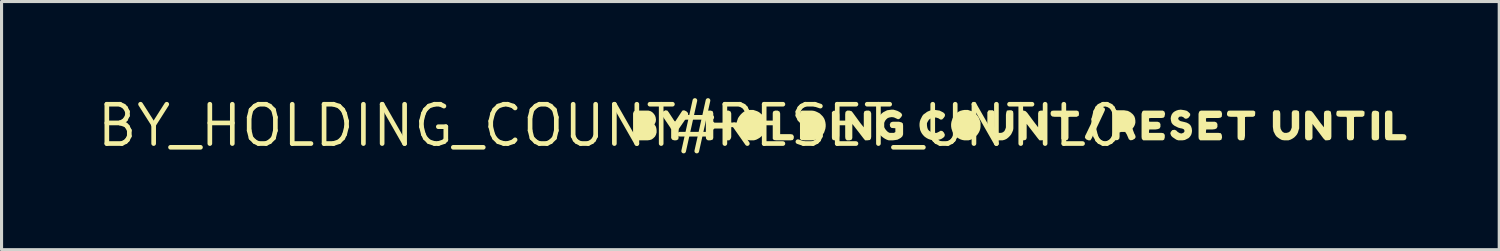
<source format=kicad_pcb>
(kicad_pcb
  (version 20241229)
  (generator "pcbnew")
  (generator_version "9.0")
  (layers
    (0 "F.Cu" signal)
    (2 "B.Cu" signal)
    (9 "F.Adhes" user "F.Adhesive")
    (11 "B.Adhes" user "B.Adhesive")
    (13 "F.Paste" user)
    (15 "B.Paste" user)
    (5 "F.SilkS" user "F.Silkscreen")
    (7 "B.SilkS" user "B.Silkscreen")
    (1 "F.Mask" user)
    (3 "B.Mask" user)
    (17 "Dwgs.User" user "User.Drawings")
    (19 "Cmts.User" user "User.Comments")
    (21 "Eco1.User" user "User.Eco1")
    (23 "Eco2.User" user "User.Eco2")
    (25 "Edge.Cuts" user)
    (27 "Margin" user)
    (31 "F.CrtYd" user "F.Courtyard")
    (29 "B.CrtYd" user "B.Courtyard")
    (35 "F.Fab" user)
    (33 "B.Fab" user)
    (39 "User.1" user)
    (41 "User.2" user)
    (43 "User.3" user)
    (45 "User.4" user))
  (footprint "BY_HOLDING_COUNT#RESET_UNTIL0"
    (layer "F.Cu")
    (at 16.668 1.006)
    (property "Reference" "BY_HOLDING_COUNT#RESET_UNTIL0" (at 0 0 0) (layer "F.SilkS") (effects (font (size 1.27 1.27) (thickness 0.15))))
    (fp_poly (pts (xy 24.783 -0.464) (xy 24.815 -0.422) (xy 24.815 0.401) (xy 24.794 0.454) (xy 24.731 0.475) (xy 24.639 0.475) (xy 24.585 0.443) (xy 24.575 0.38) (xy 24.575 -0.37) (xy 24.585 -0.432) (xy 24.617 -0.475) (xy 24.7 -0.485)) (stroke (width 0) (type solid)) (fill yes) (layer "F.SilkS"))
    (fp_poly (pts (xy 7.343 -0.464) (xy 7.375 -0.422) (xy 7.385 -0.35) (xy 7.385 0.32) (xy 7.375 0.401) (xy 7.354 0.454) (xy 7.301 0.475) (xy 7.209 0.475) (xy 7.155 0.443) (xy 7.145 0.38) (xy 7.145 -0.432) (xy 7.188 -0.475) (xy 7.27 -0.485)) (stroke (width 0) (type solid)) (fill yes) (layer "F.SilkS"))
    (fp_poly (pts (xy 15.892 -0.605) (xy 15.954 -0.563) (xy 15.965 -0.509) (xy 15.935 -0.438) (xy 15.534 0.412) (xy 15.493 0.475) (xy 15.429 0.475) (xy 15.357 0.444) (xy 15.315 0.391) (xy 15.325 0.328) (xy 15.356 0.268) (xy 15.736 -0.522) (xy 15.776 -0.593) (xy 15.819 -0.625)) (stroke (width 0) (type solid)) (fill yes) (layer "F.SilkS"))
    (fp_poly (pts (xy 5.454 -0.454) (xy 5.475 -0.391) (xy 5.475 0.275) (xy 5.8 0.275) (xy 5.873 0.285) (xy 5.915 0.338) (xy 5.915 0.411) (xy 5.883 0.465) (xy 5.82 0.475) (xy 5.34 0.475) (xy 5.267 0.465) (xy 5.235 0.422) (xy 5.235 -0.4) (xy 5.246 -0.453) (xy 5.309 -0.485) (xy 5.391 -0.485)) (stroke (width 0) (type solid)) (fill yes) (layer "F.SilkS"))
    (fp_poly (pts (xy 25.235 -0.453) (xy 25.245 -0.39) (xy 25.245 0.275) (xy 25.58 0.275) (xy 25.653 0.285) (xy 25.695 0.338) (xy 25.695 0.411) (xy 25.663 0.465) (xy 25.6 0.475) (xy 25.12 0.475) (xy 25.047 0.465) (xy 25.015 0.422) (xy 25.005 0.35) (xy 25.005 -0.401) (xy 25.026 -0.453) (xy 25.079 -0.485) (xy 25.171 -0.485)) (stroke (width 0) (type solid)) (fill yes) (layer "F.SilkS"))
    (fp_poly (pts (xy 15.115 -0.453) (xy 15.125 -0.38) (xy 15.115 -0.317) (xy 15.051 -0.285) (xy 14.84 -0.285) (xy 14.785 -0.276) (xy 14.785 0.401) (xy 14.753 0.465) (xy 14.69 0.475) (xy 14.608 0.475) (xy 14.555 0.432) (xy 14.555 -0.248) (xy 14.527 -0.285) (xy 14.33 -0.285) (xy 14.258 -0.295) (xy 14.215 -0.338) (xy 14.205 -0.411) (xy 14.237 -0.475) (xy 14.31 -0.485) (xy 15.061 -0.485)) (stroke (width 0) (type solid)) (fill yes) (layer "F.SilkS"))
    (fp_poly (pts (xy 24.345 -0.453) (xy 24.345 -0.38) (xy 24.335 -0.317) (xy 24.281 -0.285) (xy 24.07 -0.285) (xy 24.005 -0.276) (xy 24.005 0.401) (xy 23.973 0.465) (xy 23.91 0.475) (xy 23.838 0.475) (xy 23.785 0.433) (xy 23.775 0.37) (xy 23.775 -0.249) (xy 23.757 -0.285) (xy 23.55 -0.285) (xy 23.478 -0.295) (xy 23.435 -0.338) (xy 23.435 -0.411) (xy 23.456 -0.475) (xy 23.53 -0.485) (xy 24.281 -0.485)) (stroke (width 0) (type solid)) (fill yes) (layer "F.SilkS"))
    (fp_poly (pts (xy 20.815 -0.453) (xy 20.815 -0.38) (xy 20.805 -0.317) (xy 20.751 -0.285) (xy 20.54 -0.285) (xy 20.485 -0.276) (xy 20.485 0.33) (xy 20.475 0.401) (xy 20.454 0.465) (xy 20.38 0.475) (xy 20.308 0.475) (xy 20.255 0.433) (xy 20.245 0.37) (xy 20.245 -0.249) (xy 20.227 -0.285) (xy 20.02 -0.285) (xy 19.948 -0.295) (xy 19.905 -0.338) (xy 19.905 -0.411) (xy 19.937 -0.475) (xy 20 -0.485) (xy 20.761 -0.485)) (stroke (width 0) (type solid)) (fill yes) (layer "F.SilkS"))
    (fp_poly (pts (xy 1.833 -0.485) (xy 1.874 -0.433) (xy 2.063 -0.144) (xy 2.088 -0.136) (xy 2.276 -0.423) (xy 2.317 -0.484) (xy 2.371 -0.495) (xy 2.443 -0.464) (xy 2.495 -0.412) (xy 2.505 -0.359) (xy 2.474 -0.288) (xy 2.205 0.102) (xy 2.195 0.17) (xy 2.195 0.38) (xy 2.185 0.443) (xy 2.121 0.475) (xy 2.049 0.475) (xy 1.987 0.454) (xy 1.955 0.401) (xy 1.955 0.121) (xy 1.926 0.063) (xy 1.696 -0.277) (xy 1.655 -0.338) (xy 1.655 -0.402) (xy 1.697 -0.454) (xy 1.769 -0.495)) (stroke (width 0) (type solid)) (fill yes) (layer "F.SilkS"))
    (fp_poly (pts (xy 1.292 -0.465) (xy 1.343 -0.434) (xy 1.394 -0.383) (xy 1.435 -0.322) (xy 1.455 -0.261) (xy 1.465 -0.19) (xy 1.455 -0.118) (xy 1.425 -0.058) (xy 1.416 -0.031) (xy 1.454 0.018) (xy 1.475 0.079) (xy 1.485 0.15) (xy 1.485 0.221) (xy 1.465 0.292) (xy 1.434 0.353) (xy 1.383 0.404) (xy 1.332 0.444) (xy 1.271 0.465) (xy 1.2 0.475) (xy 0.86 0.475) (xy 0.778 0.465) (xy 0.735 0.433) (xy 0.725 0.36) (xy 0.725 -0.391) (xy 0.746 -0.453) (xy 0.799 -0.485) (xy 1.221 -0.485)) (stroke (width 0) (type solid)) (fill yes) (layer "F.SilkS"))
    (fp_poly (pts (xy 7.783 -0.464) (xy 7.824 -0.413) (xy 8.064 -0.083) (xy 8.175 0.056) (xy 8.175 -0.401) (xy 8.196 -0.464) (xy 8.259 -0.485) (xy 8.341 -0.485) (xy 8.394 -0.453) (xy 8.415 -0.391) (xy 8.415 0.36) (xy 8.405 0.422) (xy 8.373 0.465) (xy 8.29 0.475) (xy 8.218 0.475) (xy 8.166 0.413) (xy 7.805 -0.055) (xy 7.805 0.401) (xy 7.784 0.454) (xy 7.721 0.475) (xy 7.628 0.475) (xy 7.585 0.432) (xy 7.575 0.37) (xy 7.575 -0.37) (xy 7.585 -0.443) (xy 7.638 -0.485) (xy 7.711 -0.485)) (stroke (width 0) (type solid)) (fill yes) (layer "F.SilkS"))
    (fp_poly (pts (xy 13.403 -0.464) (xy 13.454 -0.413) (xy 13.654 -0.143) (xy 13.805 0.055) (xy 13.805 -0.401) (xy 13.826 -0.464) (xy 13.889 -0.485) (xy 13.971 -0.485) (xy 14.024 -0.453) (xy 14.045 -0.391) (xy 14.045 0.36) (xy 14.035 0.422) (xy 14.003 0.465) (xy 13.92 0.475) (xy 13.848 0.475) (xy 13.796 0.413) (xy 13.435 -0.055) (xy 13.435 0.401) (xy 13.414 0.454) (xy 13.351 0.475) (xy 13.258 0.475) (xy 13.215 0.432) (xy 13.205 0.37) (xy 13.205 -0.37) (xy 13.215 -0.443) (xy 13.268 -0.485) (xy 13.341 -0.485)) (stroke (width 0) (type solid)) (fill yes) (layer "F.SilkS"))
    (fp_poly (pts (xy 22.633 -0.464) (xy 22.684 -0.413) (xy 22.924 -0.083) (xy 23.035 0.056) (xy 23.035 -0.401) (xy 23.056 -0.464) (xy 23.119 -0.485) (xy 23.191 -0.485) (xy 23.255 -0.453) (xy 23.265 -0.391) (xy 23.275 -0.32) (xy 23.275 0.36) (xy 23.265 0.422) (xy 23.222 0.465) (xy 23.14 0.475) (xy 23.078 0.475) (xy 23.016 0.413) (xy 22.665 -0.055) (xy 22.665 0.401) (xy 22.633 0.454) (xy 22.571 0.475) (xy 22.488 0.475) (xy 22.435 0.433) (xy 22.425 0.37) (xy 22.425 -0.37) (xy 22.435 -0.443) (xy 22.488 -0.485) (xy 22.571 -0.485)) (stroke (width 0) (type solid)) (fill yes) (layer "F.SilkS"))
    (fp_poly (pts (xy 6.571 -0.475) (xy 6.632 -0.455) (xy 6.753 -0.394) (xy 6.804 -0.344) (xy 6.854 -0.293) (xy 6.894 -0.232) (xy 6.915 -0.182) (xy 6.935 -0.111) (xy 6.945 -0.04) (xy 6.945 0.03) (xy 6.935 0.101) (xy 6.915 0.162) (xy 6.895 0.222) (xy 6.854 0.283) (xy 6.814 0.334) (xy 6.753 0.384) (xy 6.702 0.414) (xy 6.646 0.442) (xy 6.647 0.443) (xy 6.642 0.445) (xy 6.637 0.447) (xy 6.637 0.446) (xy 6.581 0.465) (xy 6.51 0.475) (xy 6.24 0.475) (xy 6.158 0.465) (xy 6.115 0.432) (xy 6.115 -0.39) (xy 6.125 -0.453) (xy 6.179 -0.485) (xy 6.5 -0.485)) (stroke (width 0) (type solid)) (fill yes) (layer "F.SilkS"))
    (fp_poly (pts (xy 3.294 -0.464) (xy 3.315 -0.401) (xy 3.315 -0.132) (xy 3.352 -0.095) (xy 3.618 -0.095) (xy 3.655 -0.122) (xy 3.655 -0.401) (xy 3.676 -0.464) (xy 3.739 -0.485) (xy 3.811 -0.485) (xy 3.874 -0.454) (xy 3.895 -0.391) (xy 3.895 0.371) (xy 3.874 0.433) (xy 3.832 0.475) (xy 3.749 0.475) (xy 3.676 0.454) (xy 3.655 0.401) (xy 3.655 0.132) (xy 3.618 0.095) (xy 3.352 0.095) (xy 3.315 0.132) (xy 3.315 0.401) (xy 3.294 0.454) (xy 3.221 0.475) (xy 3.138 0.475) (xy 3.085 0.433) (xy 3.075 0.37) (xy 3.075 -0.38) (xy 3.085 -0.453) (xy 3.139 -0.485) (xy 3.231 -0.485)) (stroke (width 0) (type solid)) (fill yes) (layer "F.SilkS"))
    (fp_poly (pts (xy 17.884 -0.453) (xy 17.905 -0.38) (xy 17.885 -0.287) (xy 17.852 -0.255) (xy 17.78 -0.245) (xy 17.44 -0.245) (xy 17.385 -0.236) (xy 17.385 -0.17) (xy 17.394 -0.125) (xy 17.661 -0.125) (xy 17.723 -0.104) (xy 17.755 -0.051) (xy 17.755 0.041) (xy 17.723 0.094) (xy 17.661 0.115) (xy 17.59 0.125) (xy 17.394 0.125) (xy 17.385 0.18) (xy 17.385 0.235) (xy 17.79 0.235) (xy 17.853 0.245) (xy 17.895 0.298) (xy 17.895 0.381) (xy 17.874 0.453) (xy 17.831 0.475) (xy 17.198 0.475) (xy 17.155 0.432) (xy 17.145 0.37) (xy 17.145 -0.381) (xy 17.166 -0.453) (xy 17.208 -0.485) (xy 17.831 -0.485)) (stroke (width 0) (type solid)) (fill yes) (layer "F.SilkS"))
    (fp_poly (pts (xy 19.724 -0.453) (xy 19.745 -0.38) (xy 19.735 -0.287) (xy 19.692 -0.255) (xy 19.62 -0.245) (xy 19.28 -0.245) (xy 19.225 -0.236) (xy 19.225 -0.17) (xy 19.234 -0.125) (xy 19.511 -0.125) (xy 19.563 -0.104) (xy 19.595 -0.051) (xy 19.595 0.041) (xy 19.563 0.094) (xy 19.511 0.115) (xy 19.43 0.125) (xy 19.234 0.125) (xy 19.225 0.18) (xy 19.225 0.235) (xy 19.63 0.235) (xy 19.703 0.245) (xy 19.735 0.298) (xy 19.745 0.38) (xy 19.724 0.454) (xy 19.671 0.475) (xy 19.038 0.475) (xy 18.995 0.432) (xy 18.985 0.37) (xy 18.985 -0.381) (xy 19.006 -0.453) (xy 19.059 -0.485) (xy 19.671 -0.485)) (stroke (width 0) (type solid)) (fill yes) (layer "F.SilkS"))
    (fp_poly (pts (xy 16.641 -0.485) (xy 16.702 -0.475) (xy 16.763 -0.444) (xy 16.828 -0.401) (xy 16.78 -0.347) (xy 16.83 -0.397) (xy 16.874 -0.353) (xy 16.915 -0.292) (xy 16.935 -0.231) (xy 16.945 -0.16) (xy 16.945 -0.089) (xy 16.925 -0.018) (xy 16.894 0.043) (xy 16.855 0.091) (xy 16.865 0.139) (xy 16.914 0.268) (xy 16.935 0.298) (xy 16.955 0.371) (xy 16.924 0.424) (xy 16.852 0.465) (xy 16.789 0.475) (xy 16.736 0.443) (xy 16.666 0.282) (xy 16.617 0.205) (xy 16.481 0.205) (xy 16.435 0.223) (xy 16.435 0.36) (xy 16.425 0.422) (xy 16.382 0.465) (xy 16.3 0.475) (xy 16.227 0.454) (xy 16.195 0.401) (xy 16.195 -0.421) (xy 16.227 -0.474) (xy 16.299 -0.495) (xy 16.58 -0.495)) (stroke (width 0) (type solid)) (fill yes) (layer "F.SilkS"))
    (fp_poly (pts (xy 21.615 -0.452) (xy 21.625 -0.38) (xy 21.625 0.03) (xy 21.635 0.098) (xy 21.664 0.157) (xy 21.703 0.206) (xy 21.761 0.235) (xy 21.829 0.235) (xy 21.898 0.215) (xy 21.946 0.177) (xy 21.975 0.118) (xy 21.995 0.059) (xy 21.995 -0.421) (xy 22.027 -0.485) (xy 22.09 -0.495) (xy 22.161 -0.495) (xy 22.225 -0.463) (xy 22.235 -0.39) (xy 22.235 0.091) (xy 22.215 0.151) (xy 22.195 0.222) (xy 22.164 0.283) (xy 22.124 0.333) (xy 22.073 0.384) (xy 22.013 0.424) (xy 21.952 0.455) (xy 21.891 0.475) (xy 21.75 0.475) (xy 21.678 0.465) (xy 21.617 0.434) (xy 21.557 0.394) (xy 21.506 0.354) (xy 21.466 0.303) (xy 21.405 0.182) (xy 21.395 0.111) (xy 21.385 0.04) (xy 21.385 -0.432) (xy 21.427 -0.495) (xy 21.572 -0.495)) (stroke (width 0) (type solid)) (fill yes) (layer "F.SilkS"))
    (fp_poly (pts (xy 12.395 -0.453) (xy 12.405 -0.38) (xy 12.405 0.03) (xy 12.415 0.099) (xy 12.434 0.158) (xy 12.473 0.206) (xy 12.531 0.235) (xy 12.609 0.235) (xy 12.668 0.216) (xy 12.716 0.177) (xy 12.745 0.118) (xy 12.765 0.059) (xy 12.765 -0.35) (xy 12.775 -0.421) (xy 12.796 -0.485) (xy 12.87 -0.495) (xy 12.941 -0.495) (xy 12.995 -0.463) (xy 13.005 -0.39) (xy 13.005 0.09) (xy 12.995 0.151) (xy 12.965 0.222) (xy 12.934 0.283) (xy 12.894 0.333) (xy 12.843 0.384) (xy 12.793 0.424) (xy 12.732 0.455) (xy 12.661 0.475) (xy 12.52 0.475) (xy 12.458 0.465) (xy 12.397 0.434) (xy 12.337 0.394) (xy 12.286 0.354) (xy 12.246 0.303) (xy 12.205 0.242) (xy 12.185 0.181) (xy 12.165 0.111) (xy 12.165 -0.432) (xy 12.207 -0.495) (xy 12.342 -0.495)) (stroke (width 0) (type solid)) (fill yes) (layer "F.SilkS"))
    (fp_poly (pts (xy 4.672 -0.485) (xy 4.732 -0.465) (xy 4.793 -0.434) (xy 4.853 -0.384) (xy 4.904 -0.343) (xy 4.944 -0.283) (xy 4.975 -0.222) (xy 4.995 -0.162) (xy 5.015 -0.101) (xy 5.015 0.04) (xy 5.005 0.111) (xy 4.985 0.172) (xy 4.954 0.233) (xy 4.914 0.293) (xy 4.874 0.344) (xy 4.813 0.394) (xy 4.762 0.424) (xy 4.702 0.455) (xy 4.631 0.475) (xy 4.5 0.475) (xy 4.429 0.465) (xy 4.368 0.445) (xy 4.307 0.414) (xy 4.247 0.374) (xy 4.196 0.323) (xy 4.156 0.273) (xy 4.119 0.217) (xy 4.117 0.218) (xy 4.115 0.212) (xy 4.113 0.208) (xy 4.114 0.208) (xy 4.095 0.152) (xy 4.075 0.091) (xy 4.065 0.02) (xy 4.065 -0.05) (xy 4.075 -0.121) (xy 4.095 -0.182) (xy 4.115 -0.242) (xy 4.156 -0.303) (xy 4.196 -0.353) (xy 4.247 -0.404) (xy 4.297 -0.444) (xy 4.358 -0.475) (xy 4.429 -0.495) (xy 4.49 -0.505) (xy 4.611 -0.505)) (stroke (width 0) (type solid)) (fill yes) (layer "F.SilkS"))
    (fp_poly (pts (xy 11.602 -0.485) (xy 11.662 -0.465) (xy 11.723 -0.434) (xy 11.773 -0.384) (xy 11.824 -0.344) (xy 11.874 -0.283) (xy 11.905 -0.222) (xy 11.925 -0.162) (xy 11.945 -0.101) (xy 11.945 0.04) (xy 11.935 0.111) (xy 11.915 0.172) (xy 11.884 0.233) (xy 11.844 0.293) (xy 11.794 0.344) (xy 11.743 0.394) (xy 11.692 0.424) (xy 11.632 0.455) (xy 11.561 0.475) (xy 11.42 0.475) (xy 11.359 0.465) (xy 11.298 0.445) (xy 11.237 0.414) (xy 11.177 0.374) (xy 11.126 0.323) (xy 11.086 0.273) (xy 11.049 0.217) (xy 11.047 0.218) (xy 11.045 0.212) (xy 11.043 0.208) (xy 11.044 0.208) (xy 11.025 0.152) (xy 11.005 0.091) (xy 10.995 0.02) (xy 10.995 -0.05) (xy 11.005 -0.121) (xy 11.025 -0.182) (xy 11.045 -0.242) (xy 11.086 -0.303) (xy 11.126 -0.353) (xy 11.177 -0.404) (xy 11.227 -0.444) (xy 11.288 -0.475) (xy 11.359 -0.495) (xy 11.42 -0.505) (xy 11.541 -0.505)) (stroke (width 0) (type solid)) (fill yes) (layer "F.SilkS"))
    (fp_poly (pts (xy 10.551 -0.495) (xy 10.622 -0.485) (xy 10.743 -0.424) (xy 10.795 -0.372) (xy 10.795 -0.308) (xy 10.754 -0.247) (xy 10.702 -0.195) (xy 10.648 -0.195) (xy 10.588 -0.235) (xy 10.529 -0.255) (xy 10.46 -0.265) (xy 10.401 -0.255) (xy 10.332 -0.226) (xy 10.284 -0.196) (xy 10.244 -0.137) (xy 10.215 -0.079) (xy 10.215 -0.01) (xy 10.225 0.059) (xy 10.244 0.118) (xy 10.283 0.166) (xy 10.343 0.206) (xy 10.401 0.235) (xy 10.529 0.235) (xy 10.588 0.206) (xy 10.659 0.165) (xy 10.712 0.175) (xy 10.764 0.227) (xy 10.795 0.3) (xy 10.774 0.363) (xy 10.723 0.404) (xy 10.672 0.435) (xy 10.601 0.455) (xy 10.531 0.475) (xy 10.399 0.475) (xy 10.329 0.455) (xy 10.268 0.435) (xy 10.207 0.404) (xy 10.147 0.364) (xy 10.096 0.313) (xy 10.056 0.263) (xy 10.026 0.212) (xy 9.995 0.141) (xy 9.985 0.081) (xy 9.975 0.01) (xy 9.975 -0.06) (xy 9.985 -0.131) (xy 10.005 -0.192) (xy 10.066 -0.313) (xy 10.107 -0.364) (xy 10.167 -0.404) (xy 10.217 -0.444) (xy 10.288 -0.475) (xy 10.349 -0.495) (xy 10.42 -0.505) (xy 10.48 -0.505)) (stroke (width 0) (type solid)) (fill yes) (layer "F.SilkS"))
    (fp_poly (pts (xy 18.481 -0.505) (xy 18.541 -0.495) (xy 18.612 -0.475) (xy 18.663 -0.434) (xy 18.715 -0.382) (xy 18.715 -0.328) (xy 18.663 -0.256) (xy 18.611 -0.225) (xy 18.548 -0.225) (xy 18.488 -0.276) (xy 18.43 -0.295) (xy 18.363 -0.285) (xy 18.326 -0.239) (xy 18.344 -0.183) (xy 18.402 -0.145) (xy 18.531 -0.115) (xy 18.602 -0.095) (xy 18.663 -0.064) (xy 18.714 -0.023) (xy 18.745 0.028) (xy 18.765 0.089) (xy 18.775 0.17) (xy 18.765 0.241) (xy 18.745 0.302) (xy 18.704 0.363) (xy 18.663 0.404) (xy 18.542 0.465) (xy 18.47 0.475) (xy 18.329 0.475) (xy 18.268 0.455) (xy 18.147 0.374) (xy 18.106 0.333) (xy 18.075 0.261) (xy 18.085 0.208) (xy 18.137 0.145) (xy 18.211 0.135) (xy 18.263 0.156) (xy 18.313 0.206) (xy 18.382 0.245) (xy 18.439 0.255) (xy 18.507 0.226) (xy 18.535 0.179) (xy 18.516 0.124) (xy 18.458 0.095) (xy 18.399 0.085) (xy 18.328 0.065) (xy 18.207 0.004) (xy 18.156 -0.036) (xy 18.115 -0.088) (xy 18.095 -0.159) (xy 18.085 -0.23) (xy 18.095 -0.291) (xy 18.115 -0.352) (xy 18.156 -0.413) (xy 18.207 -0.454) (xy 18.268 -0.485) (xy 18.329 -0.505) (xy 18.41 -0.515)) (stroke (width 0) (type solid)) (fill yes) (layer "F.SilkS"))
    (fp_poly (pts (xy 9.201 -0.495) (xy 9.262 -0.475) (xy 9.323 -0.444) (xy 9.384 -0.403) (xy 9.416 -0.34) (xy 9.384 -0.277) (xy 9.323 -0.215) (xy 9.28 -0.205) (xy 9.149 -0.265) (xy 9.08 -0.275) (xy 9.011 -0.265) (xy 8.952 -0.246) (xy 8.904 -0.206) (xy 8.864 -0.157) (xy 8.835 -0.089) (xy 8.835 0.049) (xy 8.864 0.107) (xy 8.904 0.157) (xy 8.953 0.206) (xy 9.011 0.235) (xy 9.149 0.235) (xy 9.195 0.207) (xy 9.195 0.085) (xy 9.068 0.075) (xy 9.025 0.032) (xy 9.015 -0.041) (xy 9.046 -0.104) (xy 9.109 -0.125) (xy 9.311 -0.125) (xy 9.392 -0.105) (xy 9.435 -0.073) (xy 9.445 -0.000355) (xy 9.445 0.281) (xy 9.424 0.343) (xy 9.373 0.394) (xy 9.322 0.424) (xy 9.262 0.455) (xy 9.201 0.465) (xy 9.12 0.475) (xy 8.979 0.475) (xy 8.918 0.455) (xy 8.857 0.424) (xy 8.797 0.384) (xy 8.747 0.344) (xy 8.696 0.293) (xy 8.656 0.233) (xy 8.625 0.172) (xy 8.605 0.111) (xy 8.595 0.04) (xy 8.595 -0.1) (xy 8.605 -0.161) (xy 8.636 -0.232) (xy 8.666 -0.283) (xy 8.706 -0.343) (xy 8.757 -0.394) (xy 8.807 -0.434) (xy 8.928 -0.495) (xy 8.999 -0.505) (xy 9.07 -0.515) (xy 9.131 -0.515)) (stroke (width 0) (type solid)) (fill yes) (layer "F.SilkS")))
  (gr_rect
    (start -3 -3)
    (end 45.363 5.012)
    (stroke (width 0.1) (type default))
    (fill no)
    (layer "Edge.Cuts")))
</source>
